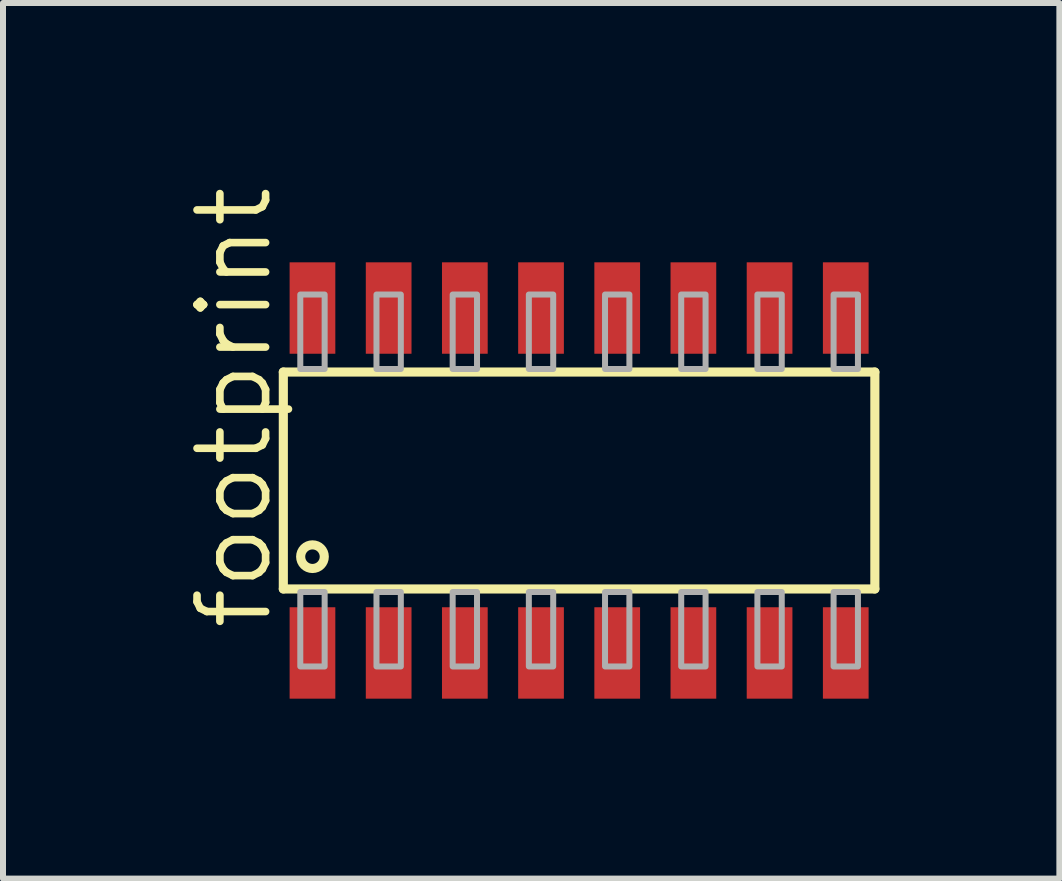
<source format=kicad_pcb>
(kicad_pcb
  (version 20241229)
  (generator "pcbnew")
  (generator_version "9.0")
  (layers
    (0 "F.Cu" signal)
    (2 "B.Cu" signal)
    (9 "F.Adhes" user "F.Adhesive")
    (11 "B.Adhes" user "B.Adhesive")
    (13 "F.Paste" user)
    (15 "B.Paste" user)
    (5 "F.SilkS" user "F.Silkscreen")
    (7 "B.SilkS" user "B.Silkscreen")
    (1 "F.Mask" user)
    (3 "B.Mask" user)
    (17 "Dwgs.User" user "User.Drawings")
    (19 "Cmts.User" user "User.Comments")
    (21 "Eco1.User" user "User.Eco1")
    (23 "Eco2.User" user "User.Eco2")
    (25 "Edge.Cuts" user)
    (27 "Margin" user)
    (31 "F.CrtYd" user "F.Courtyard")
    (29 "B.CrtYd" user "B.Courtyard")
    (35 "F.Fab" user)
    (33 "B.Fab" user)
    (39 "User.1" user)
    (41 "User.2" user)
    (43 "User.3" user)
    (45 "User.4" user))
  (footprint "footprint"
    (layer "F.Cu")
    (at 6.604 4.96)
    (property "Reference" "footprint" (at -5.08 2.54 90) (layer "F.SilkS") (effects (font (size 1.143 1.143) (thickness 0.127)) (justify left bottom)))
    (fp_line (start -4.931 -1.808) (end -4.931 1.808) (stroke (width 0.152) (type solid)) (layer "F.SilkS"))
    (fp_line (start -4.931 1.808) (end 4.93 1.808) (stroke (width 0.152) (type solid)) (layer "F.SilkS"))
    (fp_line (start 4.93 -1.808) (end -4.931 -1.808) (stroke (width 0.152) (type solid)) (layer "F.SilkS"))
    (fp_line (start 4.93 1.808) (end 4.93 -1.808) (stroke (width 0.152) (type solid)) (layer "F.SilkS"))
    (fp_circle (center -4.445 1.27) (end -4.248 1.27) (stroke (width 0.152) (type solid)) (fill no) (layer "F.SilkS"))
    (fp_poly (pts (xy -4.648 -1.859) (xy -4.242 -1.859) (xy -4.242 -3.1) (xy -4.648 -3.1)) (stroke (width 0.1) (type solid)) (fill no) (layer "F.Fab"))
    (fp_poly (pts (xy -4.648 3.1) (xy -4.242 3.1) (xy -4.242 1.859) (xy -4.648 1.859)) (stroke (width 0.1) (type solid)) (fill no) (layer "F.Fab"))
    (fp_poly (pts (xy -3.378 -1.859) (xy -2.972 -1.859) (xy -2.972 -3.1) (xy -3.378 -3.1)) (stroke (width 0.1) (type solid)) (fill no) (layer "F.Fab"))
    (fp_poly (pts (xy -3.378 3.1) (xy -2.972 3.1) (xy -2.972 1.859) (xy -3.378 1.859)) (stroke (width 0.1) (type solid)) (fill no) (layer "F.Fab"))
    (fp_poly (pts (xy -2.108 -1.859) (xy -1.702 -1.859) (xy -1.702 -3.1) (xy -2.108 -3.1)) (stroke (width 0.1) (type solid)) (fill no) (layer "F.Fab"))
    (fp_poly (pts (xy -2.108 3.1) (xy -1.702 3.1) (xy -1.702 1.859) (xy -2.108 1.859)) (stroke (width 0.1) (type solid)) (fill no) (layer "F.Fab"))
    (fp_poly (pts (xy -0.838 -1.859) (xy -0.432 -1.859) (xy -0.432 -3.1) (xy -0.838 -3.1)) (stroke (width 0.1) (type solid)) (fill no) (layer "F.Fab"))
    (fp_poly (pts (xy -0.838 3.1) (xy -0.432 3.1) (xy -0.432 1.859) (xy -0.838 1.859)) (stroke (width 0.1) (type solid)) (fill no) (layer "F.Fab"))
    (fp_poly (pts (xy 0.432 -1.859) (xy 0.838 -1.859) (xy 0.838 -3.1) (xy 0.432 -3.1)) (stroke (width 0.1) (type solid)) (fill no) (layer "F.Fab"))
    (fp_poly (pts (xy 0.432 3.1) (xy 0.838 3.1) (xy 0.838 1.859) (xy 0.432 1.859)) (stroke (width 0.1) (type solid)) (fill no) (layer "F.Fab"))
    (fp_poly (pts (xy 1.702 -1.859) (xy 2.108 -1.859) (xy 2.108 -3.1) (xy 1.702 -3.1)) (stroke (width 0.1) (type solid)) (fill no) (layer "F.Fab"))
    (fp_poly (pts (xy 1.702 3.1) (xy 2.108 3.1) (xy 2.108 1.859) (xy 1.702 1.859)) (stroke (width 0.1) (type solid)) (fill no) (layer "F.Fab"))
    (fp_poly (pts (xy 2.972 -1.859) (xy 3.378 -1.859) (xy 3.378 -3.1) (xy 2.972 -3.1)) (stroke (width 0.1) (type solid)) (fill no) (layer "F.Fab"))
    (fp_poly (pts (xy 2.972 3.1) (xy 3.378 3.1) (xy 3.378 1.859) (xy 2.972 1.859)) (stroke (width 0.1) (type solid)) (fill no) (layer "F.Fab"))
    (fp_poly (pts (xy 4.242 -1.859) (xy 4.648 -1.859) (xy 4.648 -3.1) (xy 4.242 -3.1)) (stroke (width 0.1) (type solid)) (fill no) (layer "F.Fab"))
    (fp_poly (pts (xy 4.242 3.1) (xy 4.648 3.1) (xy 4.648 1.859) (xy 4.242 1.859)) (stroke (width 0.1) (type solid)) (fill no) (layer "F.Fab"))
    (pad "1" smd rect (at -4.445 2.875) (size 0.762 1.524) (layers "F.Cu" "F.Mask" "F.Paste"))
    (pad "2" smd rect (at -3.175 2.875) (size 0.762 1.524) (layers "F.Cu" "F.Mask" "F.Paste"))
    (pad "3" smd rect (at -1.905 2.875) (size 0.762 1.524) (layers "F.Cu" "F.Mask" "F.Paste"))
    (pad "4" smd rect (at -0.635 2.875) (size 0.762 1.524) (layers "F.Cu" "F.Mask" "F.Paste"))
    (pad "5" smd rect (at 0.635 2.875) (size 0.762 1.524) (layers "F.Cu" "F.Mask" "F.Paste"))
    (pad "6" smd rect (at 1.905 2.875) (size 0.762 1.524) (layers "F.Cu" "F.Mask" "F.Paste"))
    (pad "7" smd rect (at 3.175 2.875) (size 0.762 1.524) (layers "F.Cu" "F.Mask" "F.Paste"))
    (pad "8" smd rect (at 4.445 2.875) (size 0.762 1.524) (layers "F.Cu" "F.Mask" "F.Paste"))
    (pad "9" smd rect (at 4.445 -2.875) (size 0.762 1.524) (layers "F.Cu" "F.Mask" "F.Paste"))
    (pad "10" smd rect (at 3.175 -2.875) (size 0.762 1.524) (layers "F.Cu" "F.Mask" "F.Paste"))
    (pad "11" smd rect (at 1.905 -2.875) (size 0.762 1.524) (layers "F.Cu" "F.Mask" "F.Paste"))
    (pad "12" smd rect (at 0.635 -2.875) (size 0.762 1.524) (layers "F.Cu" "F.Mask" "F.Paste"))
    (pad "13" smd rect (at -0.635 -2.875) (size 0.762 1.524) (layers "F.Cu" "F.Mask" "F.Paste"))
    (pad "14" smd rect (at -1.905 -2.875) (size 0.762 1.524) (layers "F.Cu" "F.Mask" "F.Paste"))
    (pad "15" smd rect (at -3.175 -2.875) (size 0.762 1.524) (layers "F.Cu" "F.Mask" "F.Paste"))
    (pad "16" smd rect (at -4.445 -2.875) (size 0.762 1.524) (layers "F.Cu" "F.Mask" "F.Paste")))
  (gr_rect
    (start -3 -3)
    (end 14.61 11.597)
    (stroke (width 0.1) (type default))
    (fill no)
    (layer "Edge.Cuts")))
</source>
